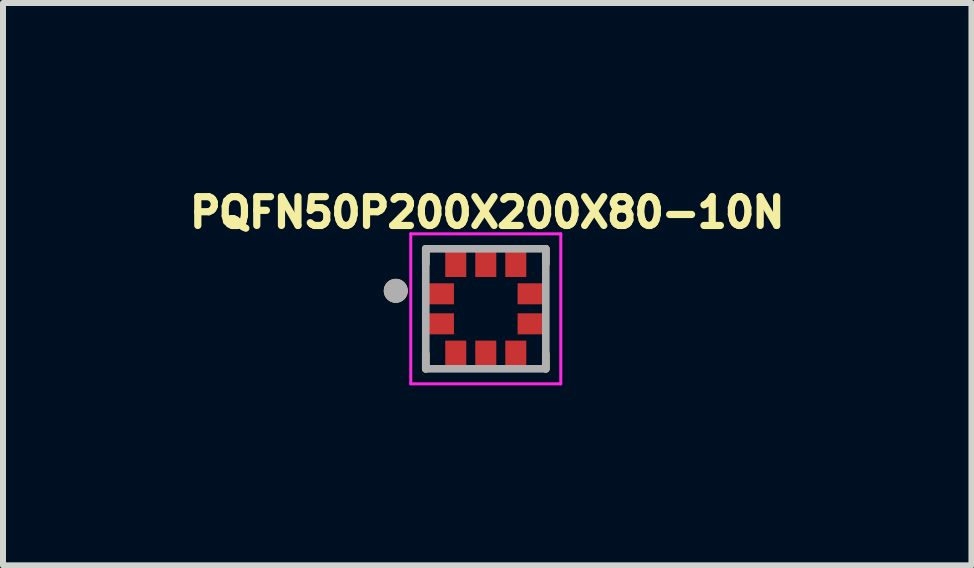
<source format=kicad_pcb>
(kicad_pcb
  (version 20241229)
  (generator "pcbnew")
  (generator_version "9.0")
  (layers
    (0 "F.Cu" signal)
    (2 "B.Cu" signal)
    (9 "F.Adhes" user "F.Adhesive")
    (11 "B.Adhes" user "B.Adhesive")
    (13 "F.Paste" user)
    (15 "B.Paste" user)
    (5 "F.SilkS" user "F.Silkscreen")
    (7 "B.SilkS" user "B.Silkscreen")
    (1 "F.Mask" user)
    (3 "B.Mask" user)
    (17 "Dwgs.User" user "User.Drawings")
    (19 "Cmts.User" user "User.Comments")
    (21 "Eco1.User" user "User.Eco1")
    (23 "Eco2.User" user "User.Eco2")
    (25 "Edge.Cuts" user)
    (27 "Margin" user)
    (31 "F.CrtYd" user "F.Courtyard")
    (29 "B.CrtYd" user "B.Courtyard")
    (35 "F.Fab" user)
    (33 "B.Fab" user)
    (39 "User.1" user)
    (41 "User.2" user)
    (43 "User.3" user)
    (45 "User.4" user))
  (footprint "PQFN50P200X200X80-10N"
    (layer "F.Cu")
    (at 5.045 2.096)
    (property "Reference" "PQFN50P200X200X80-10N" (at 0.024 -1.605 0) (layer "F.SilkS") (effects (font (size 0.48 0.48) (thickness 0.15))))
    (attr smd)
    (fp_line (start -1 -0.75) (end -1 -1) (stroke (width 0.127) (type solid)) (layer "F.SilkS"))
    (fp_line (start -1 1) (end -1 0.75) (stroke (width 0.127) (type solid)) (layer "F.SilkS"))
    (fp_line (start 1 -1) (end 1 -0.75) (stroke (width 0.127) (type solid)) (layer "F.SilkS"))
    (fp_line (start 1 1) (end 1 0.75) (stroke (width 0.127) (type solid)) (layer "F.SilkS"))
    (fp_circle (center -1.5 -0.3) (end -1.4 -0.3) (stroke (width 0.2) (type solid)) (fill no) (layer "F.SilkS"))
    (fp_line (start -1.25 -1.25) (end 1.25 -1.25) (stroke (width 0.05) (type solid)) (layer "F.CrtYd"))
    (fp_line (start -1.25 1.25) (end -1.25 -1.25) (stroke (width 0.05) (type solid)) (layer "F.CrtYd"))
    (fp_line (start 1.25 -1.25) (end 1.25 1.25) (stroke (width 0.05) (type solid)) (layer "F.CrtYd"))
    (fp_line (start 1.25 1.25) (end -1.25 1.25) (stroke (width 0.05) (type solid)) (layer "F.CrtYd"))
    (fp_line (start -1 -1) (end 1 -1) (stroke (width 0.127) (type solid)) (layer "F.Fab"))
    (fp_line (start -1 1) (end -1 -1) (stroke (width 0.127) (type solid)) (layer "F.Fab"))
    (fp_line (start 1 -1) (end 1 1) (stroke (width 0.127) (type solid)) (layer "F.Fab"))
    (fp_line (start 1 1) (end -1 1) (stroke (width 0.127) (type solid)) (layer "F.Fab"))
    (fp_circle (center -1.5 -0.3) (end -1.4 -0.3) (stroke (width 0.2) (type solid)) (fill no) (layer "F.Fab"))
    (pad "1" smd rect (at -0.745 -0.25) (size 0.43 0.35) (layers "F.Cu" "F.Mask" "F.Paste"))
    (pad "2" smd rect (at -0.745 0.25) (size 0.43 0.35) (layers "F.Cu" "F.Mask" "F.Paste"))
    (pad "3" smd rect (at -0.5 0.745) (size 0.35 0.43) (layers "F.Cu" "F.Mask" "F.Paste"))
    (pad "4" smd rect (at 0 0.745) (size 0.35 0.43) (layers "F.Cu" "F.Mask" "F.Paste"))
    (pad "5" smd rect (at 0.5 0.745) (size 0.35 0.43) (layers "F.Cu" "F.Mask" "F.Paste"))
    (pad "6" smd rect (at 0.745 0.25) (size 0.43 0.35) (layers "F.Cu" "F.Mask" "F.Paste"))
    (pad "7" smd rect (at 0.745 -0.25) (size 0.43 0.35) (layers "F.Cu" "F.Mask" "F.Paste"))
    (pad "8" smd rect (at 0.5 -0.745) (size 0.35 0.43) (layers "F.Cu" "F.Mask" "F.Paste"))
    (pad "9" smd rect (at 0 -0.745) (size 0.35 0.43) (layers "F.Cu" "F.Mask" "F.Paste"))
    (pad "10" smd rect (at -0.5 -0.745) (size 0.35 0.43) (layers "F.Cu" "F.Mask" "F.Paste")))
  (gr_rect
    (start -3 -3)
    (end 13.138 6.371)
    (stroke (width 0.1) (type default))
    (fill no)
    (layer "Edge.Cuts")))
</source>
